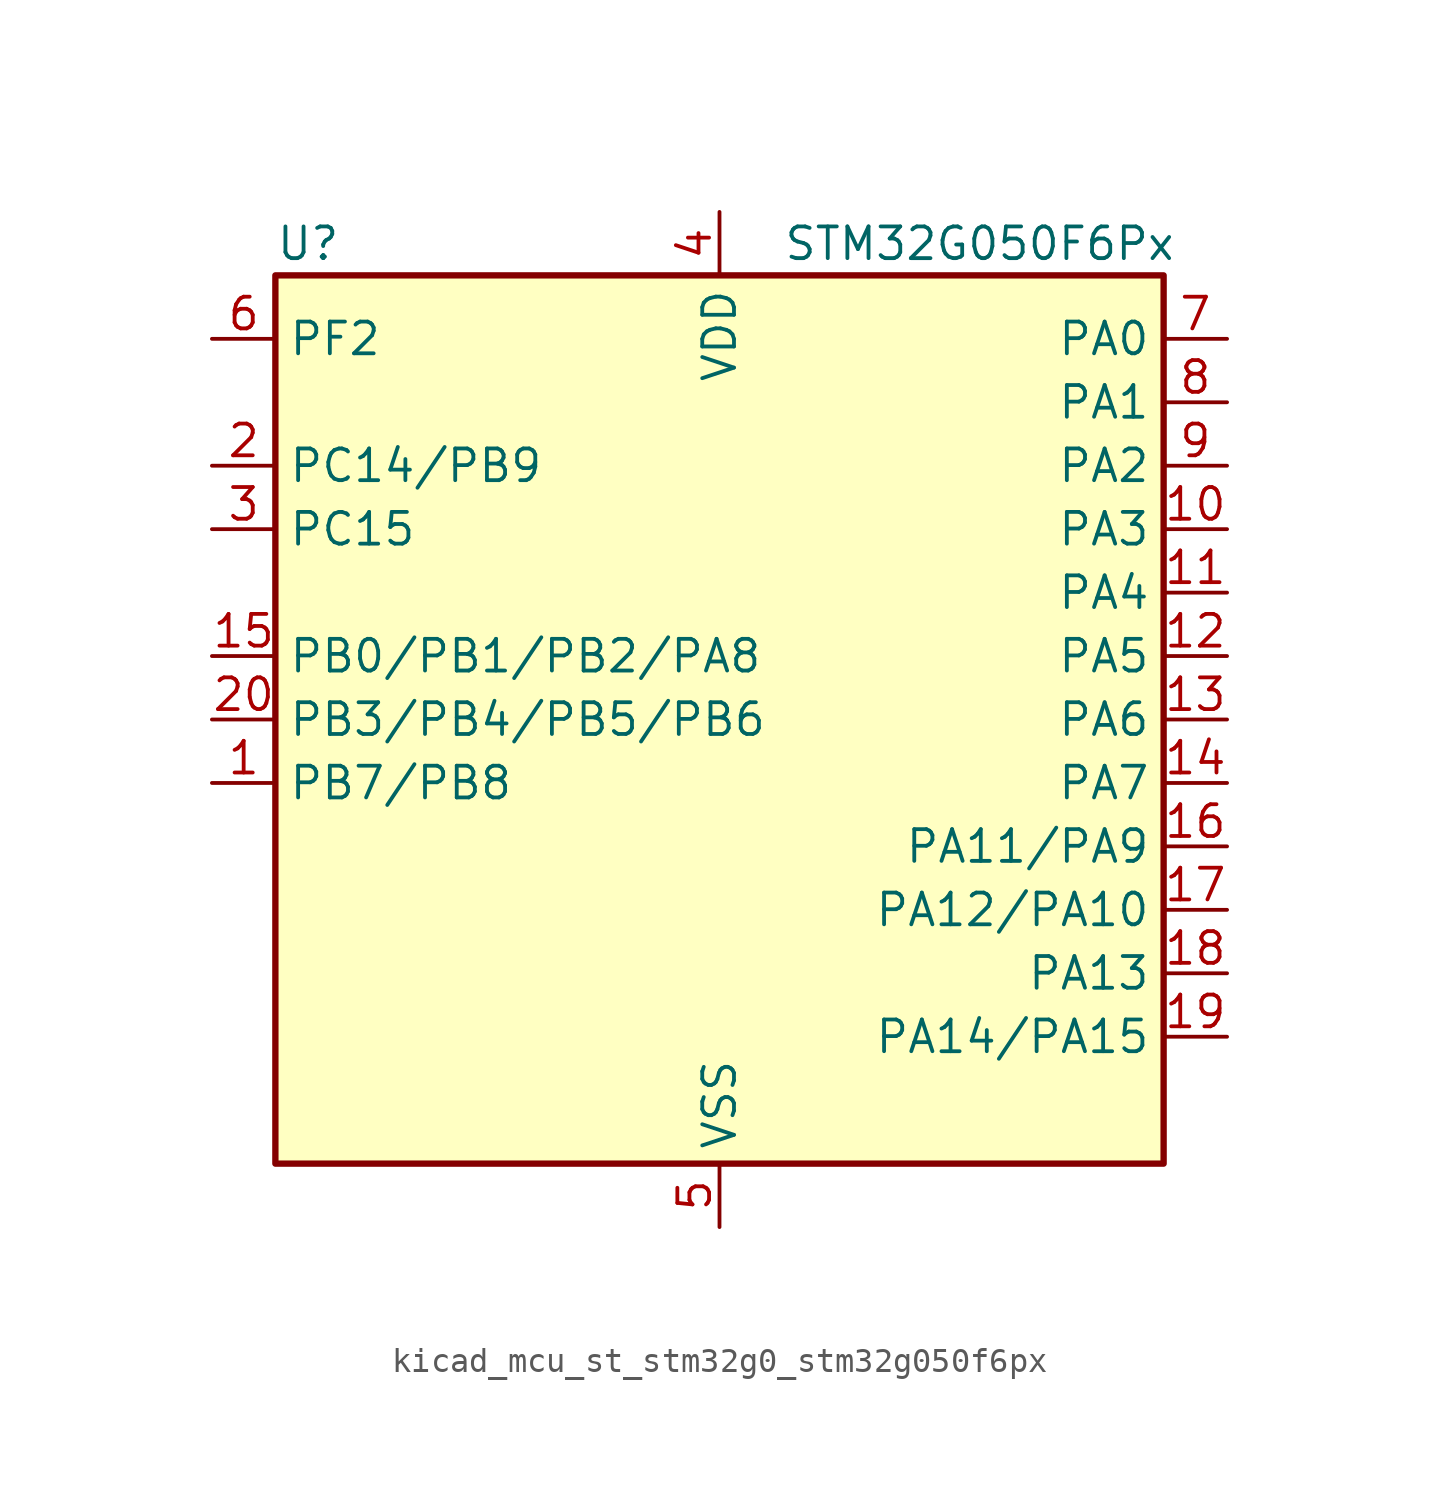
<source format=kicad_sym>
(kicad_symbol_lib
  (version 20220914)
  (generator kicad_symbol_editor)
  (symbol "kicad_mcu_st_stm32g0_stm32g050f6px"
    (property "Reference" "U"
      (at -17.78 19.05 0)
      (effects (font (size 1.27 1.27)) (justify left)))
    (property "Value" "STM32G050F6Px"
      (at 2.54 19.05 0)
      (effects (font (size 1.27 1.27)) (justify left)))
    (property "ki_locked" ""
      (at 0 0 0)
      (effects (font (size 1.27 1.27))))
    (symbol "kicad_mcu_st_stm32g0_stm32g050f6px_0_1"
      (rectangle (start -17.78 -17.78) (end 17.78 17.78) (stroke (width 0.254) (type default)) (fill (type background))))
    (symbol "kicad_mcu_st_stm32g0_stm32g050f6px_1_1"
      (pin bidirectional line (at -20.32 -2.54 0) (length 2.54) (name "PB7/PB8" (effects (font (size 1.27 1.27)))) (number "1" (effects (font (size 1.27 1.27)))) (alternate "ADC1_IN11" bidirectional line) (alternate "I2C1_SDA" bidirectional line) (alternate "SPI2_MOSI" bidirectional line) (alternate "SYS_PVD_IN" bidirectional line) (alternate "TIM17_CH1N" bidirectional line) (alternate "USART1_RX" bidirectional line))
      (pin bidirectional line (at 20.32 7.62 180) (length 2.54) (name "PA3" (effects (font (size 1.27 1.27)))) (number "10" (effects (font (size 1.27 1.27)))) (alternate "ADC1_IN3" bidirectional line) (alternate "SPI2_MISO" bidirectional line) (alternate "TIM15_CH2" bidirectional line) (alternate "USART2_RX" bidirectional line))
      (pin bidirectional line (at 20.32 5.08 180) (length 2.54) (name "PA4" (effects (font (size 1.27 1.27)))) (number "11" (effects (font (size 1.27 1.27)))) (alternate "ADC1_IN4" bidirectional line) (alternate "I2S1_WS" bidirectional line) (alternate "RTC_OUT1" bidirectional line) (alternate "RTC_TAMP_IN1" bidirectional line) (alternate "RTC_TS" bidirectional line) (alternate "SPI1_NSS" bidirectional line) (alternate "SPI2_MOSI" bidirectional line) (alternate "SYS_WKUP2" bidirectional line) (alternate "TIM14_CH1" bidirectional line))
      (pin bidirectional line (at 20.32 2.54 180) (length 2.54) (name "PA5" (effects (font (size 1.27 1.27)))) (number "12" (effects (font (size 1.27 1.27)))) (alternate "ADC1_IN5" bidirectional line) (alternate "I2S1_CK" bidirectional line) (alternate "SPI1_SCK" bidirectional line))
      (pin bidirectional line (at 20.32 0 180) (length 2.54) (name "PA6" (effects (font (size 1.27 1.27)))) (number "13" (effects (font (size 1.27 1.27)))) (alternate "ADC1_IN6" bidirectional line) (alternate "I2S1_MCK" bidirectional line) (alternate "SPI1_MISO" bidirectional line) (alternate "TIM16_CH1" bidirectional line) (alternate "TIM1_BK" bidirectional line) (alternate "TIM3_CH1" bidirectional line))
      (pin bidirectional line (at 20.32 -2.54 180) (length 2.54) (name "PA7" (effects (font (size 1.27 1.27)))) (number "14" (effects (font (size 1.27 1.27)))) (alternate "ADC1_IN7" bidirectional line) (alternate "I2S1_SD" bidirectional line) (alternate "SPI1_MOSI" bidirectional line) (alternate "TIM14_CH1" bidirectional line) (alternate "TIM17_CH1" bidirectional line) (alternate "TIM1_CH1N" bidirectional line) (alternate "TIM3_CH2" bidirectional line))
      (pin bidirectional line (at -20.32 2.54 0) (length 2.54) (name "PB0/PB1/PB2/PA8" (effects (font (size 1.27 1.27)))) (number "15" (effects (font (size 1.27 1.27)))) (alternate "ADC1_IN8" bidirectional line) (alternate "I2S1_WS" bidirectional line) (alternate "SPI1_NSS" bidirectional line) (alternate "TIM1_CH2N" bidirectional line) (alternate "TIM3_CH3" bidirectional line))
      (pin bidirectional line (at 20.32 -5.08 180) (length 2.54) (name "PA11/PA9" (effects (font (size 1.27 1.27)))) (number "16" (effects (font (size 1.27 1.27)))) (alternate "ADC1_EXTI11" bidirectional line) (alternate "ADC1_IN15" bidirectional line) (alternate "I2C2_SCL" bidirectional line) (alternate "I2S1_MCK" bidirectional line) (alternate "SPI1_MISO" bidirectional line) (alternate "TIM1_BK2" bidirectional line) (alternate "TIM1_CH4" bidirectional line) (alternate "USART1_CTS" bidirectional line) (alternate "USART1_NSS" bidirectional line))
      (pin bidirectional line (at 20.32 -7.62 180) (length 2.54) (name "PA12/PA10" (effects (font (size 1.27 1.27)))) (number "17" (effects (font (size 1.27 1.27)))) (alternate "ADC1_IN16" bidirectional line) (alternate "I2C2_SDA" bidirectional line) (alternate "I2S1_SD" bidirectional line) (alternate "I2S_CKIN" bidirectional line) (alternate "SPI1_MOSI" bidirectional line) (alternate "TIM1_ETR" bidirectional line) (alternate "USART1_CK" bidirectional line) (alternate "USART1_DE" bidirectional line) (alternate "USART1_RTS" bidirectional line))
      (pin bidirectional line (at 20.32 -10.16 180) (length 2.54) (name "PA13" (effects (font (size 1.27 1.27)))) (number "18" (effects (font (size 1.27 1.27)))) (alternate "ADC1_IN17" bidirectional line) (alternate "IR_OUT" bidirectional line) (alternate "SYS_SWDIO" bidirectional line))
      (pin bidirectional line (at 20.32 -12.7 180) (length 2.54) (name "PA14/PA15" (effects (font (size 1.27 1.27)))) (number "19" (effects (font (size 1.27 1.27)))) (alternate "ADC1_IN18" bidirectional line) (alternate "SYS_SWCLK" bidirectional line) (alternate "USART2_TX" bidirectional line))
      (pin bidirectional line (at -20.32 10.16 0) (length 2.54) (name "PC14/PB9" (effects (font (size 1.27 1.27)))) (number "2" (effects (font (size 1.27 1.27)))) (alternate "RCC_OSC32_IN" bidirectional line) (alternate "RCC_OSC_IN" bidirectional line) (alternate "TIM1_BK2" bidirectional line))
      (pin bidirectional line (at -20.32 0 0) (length 2.54) (name "PB3/PB4/PB5/PB6" (effects (font (size 1.27 1.27)))) (number "20" (effects (font (size 1.27 1.27)))) (alternate "I2S1_CK" bidirectional line) (alternate "SPI1_SCK" bidirectional line) (alternate "TIM1_CH2" bidirectional line) (alternate "USART1_CK" bidirectional line) (alternate "USART1_DE" bidirectional line) (alternate "USART1_RTS" bidirectional line))
      (pin bidirectional line (at -20.32 7.62 0) (length 2.54) (name "PC15" (effects (font (size 1.27 1.27)))) (number "3" (effects (font (size 1.27 1.27)))) (alternate "RCC_OSC32_EN" bidirectional line) (alternate "RCC_OSC32_OUT" bidirectional line) (alternate "RCC_OSC_EN" bidirectional line) (alternate "TIM15_BK" bidirectional line))
      (pin power_in line (at 0 20.32 270) (length 2.54) (name "VDD" (effects (font (size 1.27 1.27)))) (number "4" (effects (font (size 1.27 1.27)))))
      (pin power_in line (at 0 -20.32 90) (length 2.54) (name "VSS" (effects (font (size 1.27 1.27)))) (number "5" (effects (font (size 1.27 1.27)))))
      (pin bidirectional line (at -20.32 15.24 0) (length 2.54) (name "PF2" (effects (font (size 1.27 1.27)))) (number "6" (effects (font (size 1.27 1.27)))) (alternate "RCC_MCO" bidirectional line))
      (pin bidirectional line (at 20.32 15.24 180) (length 2.54) (name "PA0" (effects (font (size 1.27 1.27)))) (number "7" (effects (font (size 1.27 1.27)))) (alternate "ADC1_IN0" bidirectional line) (alternate "RTC_TAMP_IN2" bidirectional line) (alternate "SPI2_SCK" bidirectional line) (alternate "SYS_WKUP1" bidirectional line) (alternate "USART2_CTS" bidirectional line) (alternate "USART2_NSS" bidirectional line))
      (pin bidirectional line (at 20.32 12.7 180) (length 2.54) (name "PA1" (effects (font (size 1.27 1.27)))) (number "8" (effects (font (size 1.27 1.27)))) (alternate "ADC1_IN1" bidirectional line) (alternate "I2C1_SMBA" bidirectional line) (alternate "I2S1_CK" bidirectional line) (alternate "SPI1_SCK" bidirectional line) (alternate "TIM15_CH1N" bidirectional line) (alternate "USART2_CK" bidirectional line) (alternate "USART2_DE" bidirectional line) (alternate "USART2_RTS" bidirectional line))
      (pin bidirectional line (at 20.32 10.16 180) (length 2.54) (name "PA2" (effects (font (size 1.27 1.27)))) (number "9" (effects (font (size 1.27 1.27)))) (alternate "ADC1_IN2" bidirectional line) (alternate "I2S1_SD" bidirectional line) (alternate "RCC_LSCO" bidirectional line) (alternate "SPI1_MOSI" bidirectional line) (alternate "SYS_WKUP4" bidirectional line) (alternate "TIM15_CH1" bidirectional line) (alternate "USART2_TX" bidirectional line)))))
</source>
